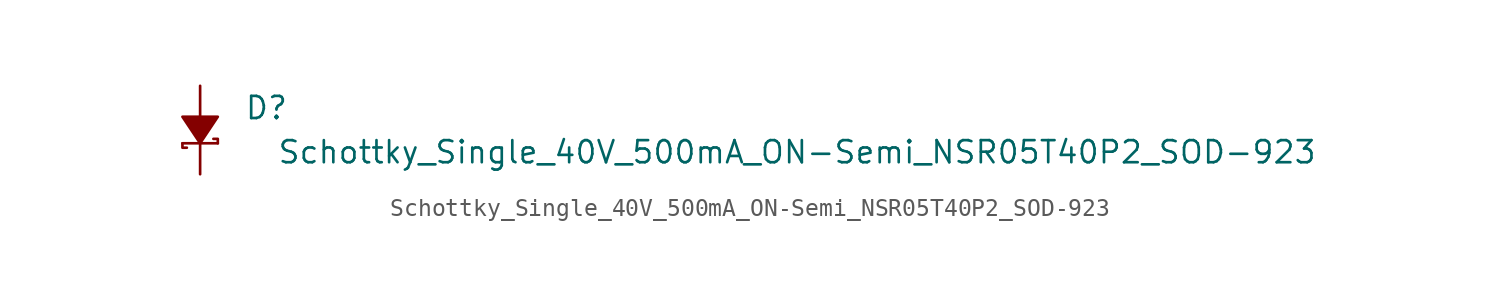
<source format=kicad_sym>
(kicad_symbol_lib
  (version 20211014)
  (generator kicad_symbol_editor)
  (symbol "Schottky_Single_40V_500mA_ON-Semi_NSR05T40P2_SOD-923"
    (pin_numbers hide)
    (pin_names
      (offset 1.27) hide)
    (property "Reference" "D"
      (at 3.81 1.27 0)
      (effects (font (size 1.27 1.27))))
    (property "Value" "Schottky_Single_40V_500mA_ON-Semi_NSR05T40P2_SOD-923"
      (at 34.29 -1.27 0)
      (effects (font (size 1.27 1.27))))
    (symbol "Schottky_Single_40V_500mA_ON-Semi_NSR05T40P2_SOD-923_1_1"
      (polyline (pts (xy 0 -0.762) (xy 0 0.762)) (stroke (width 0) (type default) (color 0 0 0 0)) (fill (type none)))
      (polyline (pts (xy 1.016 -0.762) (xy -1.016 -0.762)) (stroke (width 0) (type default) (color 0 0 0 0)) (fill (type none)))
      (polyline (pts (xy -1.016 -0.762) (xy -1.016 -1.016) (xy -0.762 -1.016)) (stroke (width 0) (type default) (color 0 0 0 0)) (fill (type none)))
      (polyline (pts (xy 1.016 -0.762) (xy 1.016 -0.508) (xy 0.762 -0.508)) (stroke (width 0) (type default) (color 0 0 0 0)) (fill (type none)))
      (polyline (pts (xy 1.016 0.762) (xy 0 -0.762) (xy -1.016 0.762) (xy 1.016 0.762)) (stroke (width 0) (type default) (color 0 0 0 0)) (fill (type outline)))
      (pin passive line (at 0 -2.54 90) (length 1.778) (name "K" (effects (font (size 1.27 1.27)))) (number "1" (effects (font (size 1.27 1.27)))))
      (pin passive line (at 0 2.54 270) (length 1.778) (name "A" (effects (font (size 1.27 1.27)))) (number "2" (effects (font (size 1.27 1.27))))))))
</source>
